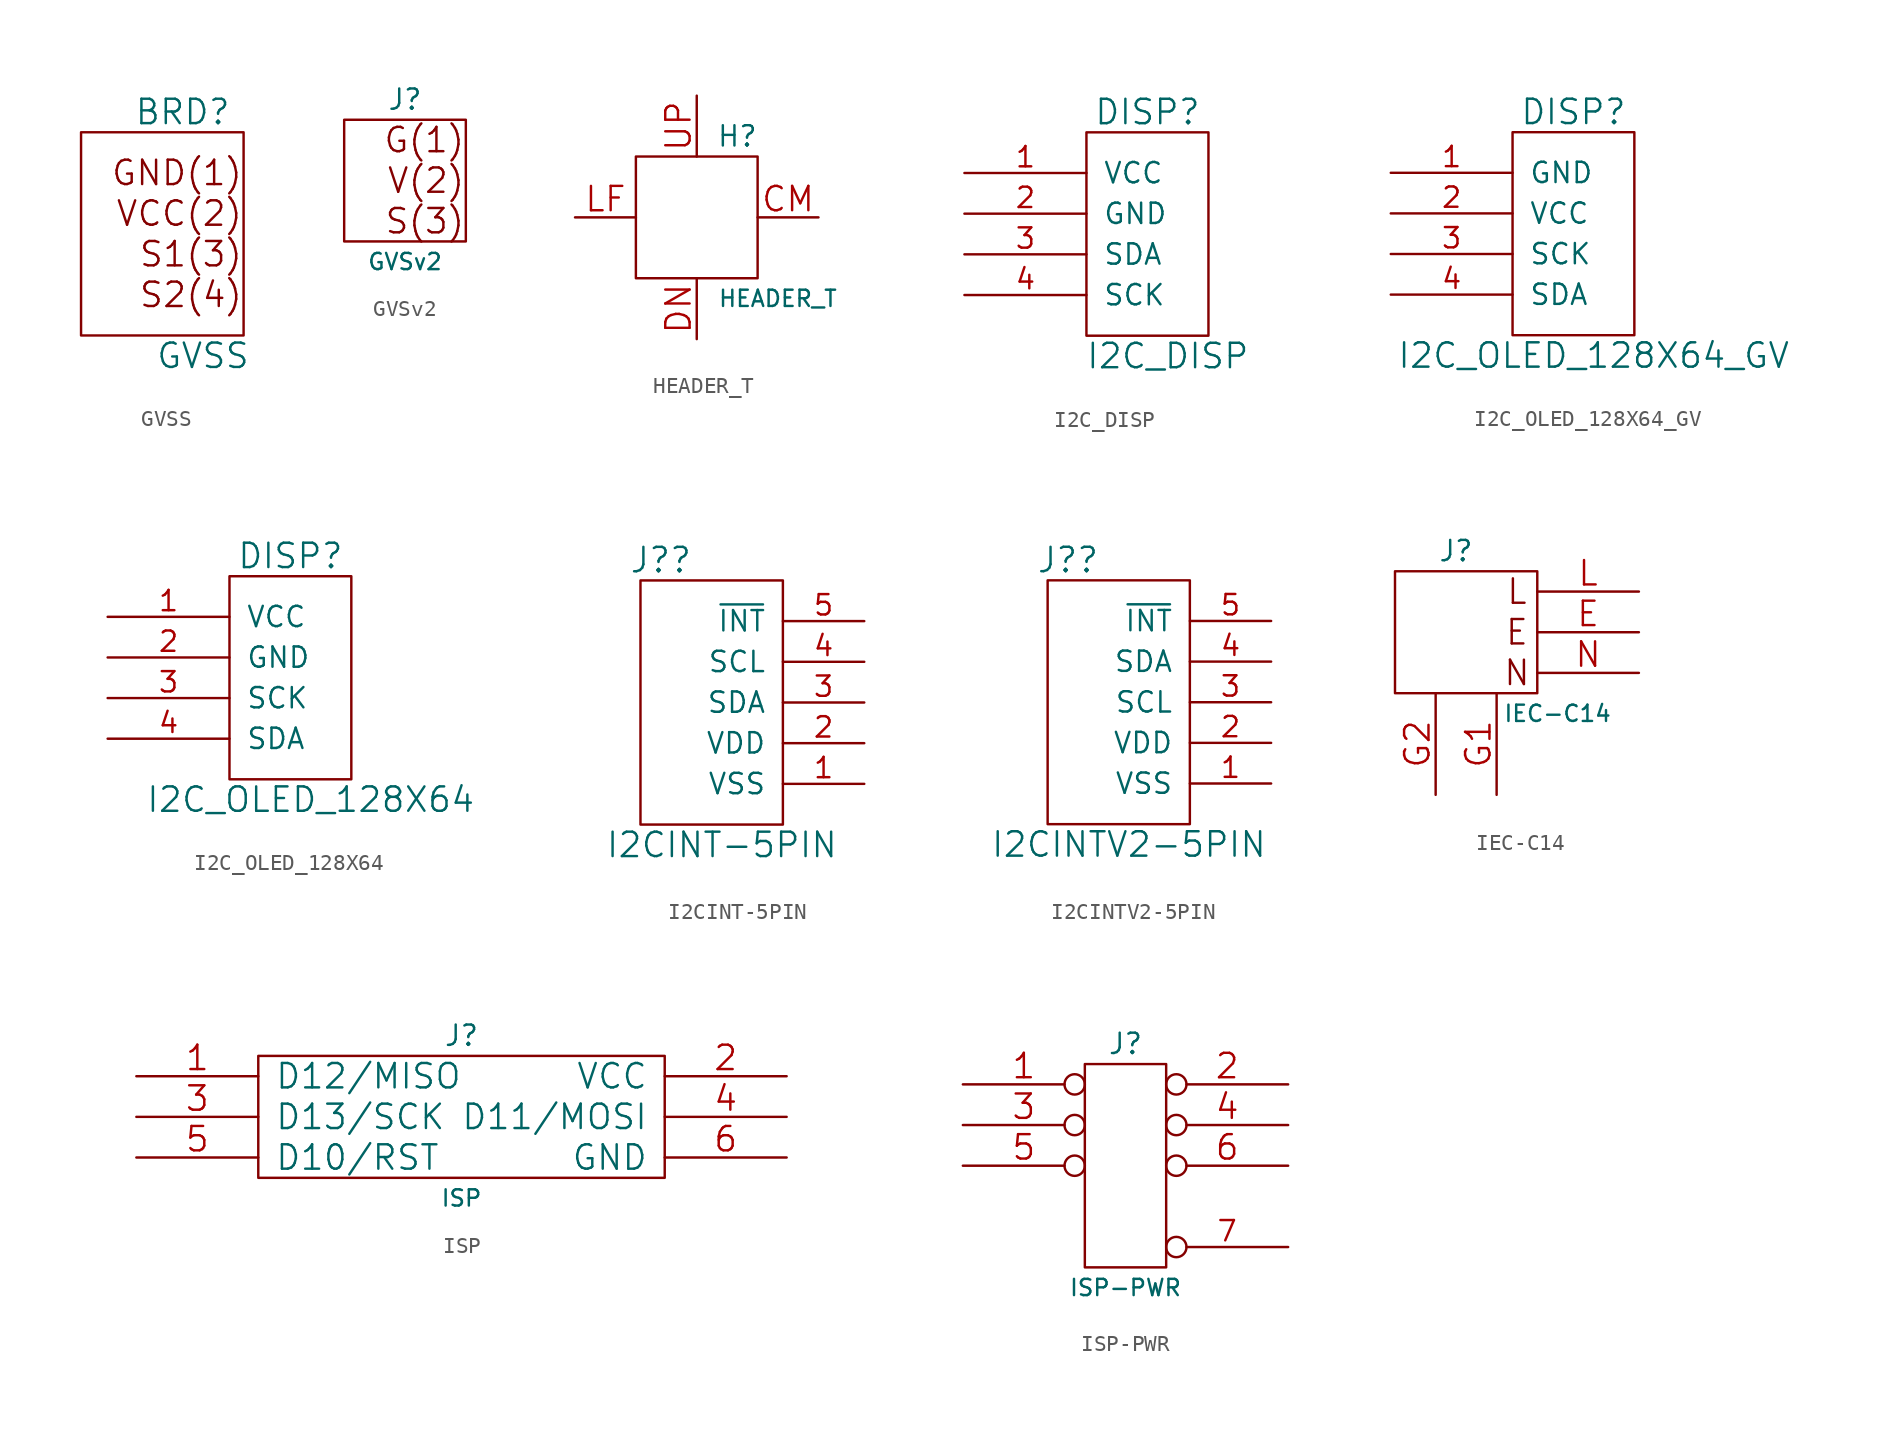
<source format=kicad_sym>
(kicad_symbol_lib
  (version 20211014)
  (generator kicad_symbol_editor)
  (symbol "GVSS"
    (pin_names
      (offset 1.016))
    (property "Reference" "BRD"
      (at 1.27 13.97 0)
      (effects (font (size 1.524 1.524))))
    (property "Value" "GVSS"
      (at 2.54 -1.27 0)
      (effects (font (size 1.524 1.524))))
    (property "Footprint" ""
      (at 0 0 0)
      (effects (font (size 1.524 1.524))))
    (property "Datasheet" ""
      (at 0 0 0)
      (effects (font (size 1.524 1.524))))
    (symbol "GVSS_0_0"
      (rectangle (start -5.08 0) (end 5.08 12.7) (stroke (width 0) (type default) (color 0 0 0 0)) (fill (type none)))
      (text "GND(1)" (at 5.08 10.16 0) (effects (font (size 1.524 1.524)) (justify right)))
      (text "S1(3)" (at 5.08 5.08 0) (effects (font (size 1.524 1.524)) (justify right)))
      (text "S2(4)" (at 5.08 2.54 0) (effects (font (size 1.524 1.524)) (justify right)))
      (text "VCC(2)" (at 5.08 7.62 0) (effects (font (size 1.524 1.524)) (justify right)))))
  (symbol "GVSv2"
    (pin_names
      (offset 1.016) hide)
    (property "Reference" "J"
      (at 0 5.08 0)
      (effects (font (size 1.27 1.27))))
    (property "Value" "GVSv2"
      (at 0 -5.08 0)
      (effects (font (size 1.016 1.016))))
    (property "Footprint" ""
      (at 0 0 0)
      (effects (font (size 1.524 1.524))))
    (property "Datasheet" ""
      (at 0 0 0)
      (effects (font (size 1.524 1.524))))
    (symbol "GVSv2_0_0"
      (text "G(1)" (at 3.81 2.54 0) (effects (font (size 1.524 1.524)) (justify right)))
      (text "S(3)" (at 3.81 -2.54 0) (effects (font (size 1.524 1.524)) (justify right)))
      (text "V(2)" (at 3.81 0 0) (effects (font (size 1.524 1.524)) (justify right))))
    (symbol "GVSv2_0_1"
      (rectangle (start -3.81 3.81) (end 3.81 -3.81) (stroke (width 0) (type default) (color 0 0 0 0)) (fill (type none)))))
  (symbol "HEADER_T"
    (pin_names
      (offset 1.016) hide)
    (property "Reference" "H"
      (at 2.54 5.08 0)
      (effects (font (size 1.27 1.27))))
    (property "Value" "HEADER_T"
      (at 5.08 -5.08 0)
      (effects (font (size 1.016 1.016))))
    (property "Footprint" ""
      (at 0 0 0)
      (effects (font (size 1.524 1.524))))
    (property "Datasheet" ""
      (at 0 0 0)
      (effects (font (size 1.524 1.524))))
    (symbol "HEADER_T_0_1"
      (rectangle (start -3.81 3.81) (end 3.81 -3.81) (stroke (width 0) (type default) (color 0 0 0 0)) (fill (type none))))
    (symbol "HEADER_T_1_1"
      (pin passive line (at 7.62 0 180) (length 3.81) (name "COM" (effects (font (size 1.524 1.524)))) (number "CM" (effects (font (size 1.524 1.524)))))
      (pin passive line (at 0 -7.62 90) (length 3.81) (name "DOWN" (effects (font (size 1.524 1.524)))) (number "DN" (effects (font (size 1.524 1.524)))))
      (pin passive line (at -7.62 0 0) (length 3.81) (name "LEFT" (effects (font (size 1.524 1.524)))) (number "LF" (effects (font (size 1.524 1.524)))))
      (pin passive line (at 0 7.62 270) (length 3.81) (name "UP" (effects (font (size 1.524 1.524)))) (number "UP" (effects (font (size 1.524 1.524)))))))
  (symbol "I2C_DISP"
    (pin_names
      (offset 1.016))
    (property "Reference" "DISP"
      (at 0 13.97 0)
      (effects (font (size 1.524 1.524))))
    (property "Value" "I2C_DISP"
      (at 1.27 -1.27 0)
      (effects (font (size 1.524 1.524))))
    (property "Footprint" ""
      (at 0 0 0)
      (effects (font (size 1.524 1.524))))
    (property "Datasheet" ""
      (at 0 0 0)
      (effects (font (size 1.524 1.524))))
    (symbol "I2C_DISP_0_1"
      (rectangle (start -3.81 0) (end 3.81 12.7) (stroke (width 0) (type default) (color 0 0 0 0)) (fill (type none))))
    (symbol "I2C_DISP_1_1"
      (pin input line (at -11.43 10.16 0) (length 7.62) (name "VCC" (effects (font (size 1.27 1.27)))) (number "1" (effects (font (size 1.27 1.27)))))
      (pin input line (at -11.43 7.62 0) (length 7.62) (name "GND" (effects (font (size 1.27 1.27)))) (number "2" (effects (font (size 1.27 1.27)))))
      (pin input line (at -11.43 5.08 0) (length 7.62) (name "SDA" (effects (font (size 1.27 1.27)))) (number "3" (effects (font (size 1.27 1.27)))))
      (pin input line (at -11.43 2.54 0) (length 7.62) (name "SCK" (effects (font (size 1.27 1.27)))) (number "4" (effects (font (size 1.27 1.27)))))))
  (symbol "I2C_OLED_128X64_GV"
    (pin_names
      (offset 1.016))
    (property "Reference" "DISP"
      (at 0 7.62 0)
      (effects (font (size 1.524 1.524))))
    (property "Value" "I2C_OLED_128X64_GV"
      (at 1.27 -7.62 0)
      (effects (font (size 1.524 1.524))))
    (property "Footprint" ""
      (at 0 -6.35 0)
      (effects (font (size 1.524 1.524))))
    (property "Datasheet" ""
      (at 0 -6.35 0)
      (effects (font (size 1.524 1.524))))
    (symbol "I2C_OLED_128X64_GV_0_1"
      (rectangle (start -3.81 -6.35) (end 3.81 6.35) (stroke (width 0) (type default) (color 0 0 0 0)) (fill (type none))))
    (symbol "I2C_OLED_128X64_GV_1_1"
      (pin power_out line (at -11.43 3.81 0) (length 7.62) (name "GND" (effects (font (size 1.27 1.27)))) (number "1" (effects (font (size 1.27 1.27)))))
      (pin power_out line (at -11.43 1.27 0) (length 7.62) (name "VCC" (effects (font (size 1.27 1.27)))) (number "2" (effects (font (size 1.27 1.27)))))
      (pin input line (at -11.43 -1.27 0) (length 7.62) (name "SCK" (effects (font (size 1.27 1.27)))) (number "3" (effects (font (size 1.27 1.27)))))
      (pin input line (at -11.43 -3.81 0) (length 7.62) (name "SDA" (effects (font (size 1.27 1.27)))) (number "4" (effects (font (size 1.27 1.27)))))))
  (symbol "I2C_OLED_128X64"
    (pin_names
      (offset 1.016))
    (property "Reference" "DISP"
      (at 0 7.62 0)
      (effects (font (size 1.524 1.524))))
    (property "Value" "I2C_OLED_128X64"
      (at 1.27 -7.62 0)
      (effects (font (size 1.524 1.524))))
    (property "Footprint" ""
      (at 0 -6.35 0)
      (effects (font (size 1.524 1.524))))
    (property "Datasheet" ""
      (at 0 -6.35 0)
      (effects (font (size 1.524 1.524))))
    (symbol "I2C_OLED_128X64_0_1"
      (rectangle (start -3.81 -6.35) (end 3.81 6.35) (stroke (width 0) (type default) (color 0 0 0 0)) (fill (type none))))
    (symbol "I2C_OLED_128X64_1_1"
      (pin power_out line (at -11.43 3.81 0) (length 7.62) (name "VCC" (effects (font (size 1.27 1.27)))) (number "1" (effects (font (size 1.27 1.27)))))
      (pin power_out line (at -11.43 1.27 0) (length 7.62) (name "GND" (effects (font (size 1.27 1.27)))) (number "2" (effects (font (size 1.27 1.27)))))
      (pin input line (at -11.43 -1.27 0) (length 7.62) (name "SCK" (effects (font (size 1.27 1.27)))) (number "3" (effects (font (size 1.27 1.27)))))
      (pin input line (at -11.43 -3.81 0) (length 7.62) (name "SDA" (effects (font (size 1.27 1.27)))) (number "4" (effects (font (size 1.27 1.27)))))))
  (symbol "I2CINT-5PIN"
    (pin_names
      (offset 1.016))
    (property "Reference" "J?"
      (at -2.54 7.62 0)
      (effects (font (size 1.524 1.524))))
    (property "Value" "I2CINT-5PIN"
      (at 1.27 -10.16 0)
      (effects (font (size 1.524 1.524))))
    (property "Footprint" ""
      (at 0 -3.81 0)
      (effects (font (size 1.524 1.524))))
    (property "Datasheet" ""
      (at 0 -3.81 0)
      (effects (font (size 1.524 1.524))))
    (symbol "I2CINT-5PIN_0_1"
      (rectangle (start -3.81 -8.89) (end 5.08 6.35) (stroke (width 0) (type default) (color 0 0 0 0)) (fill (type none))))
    (symbol "I2CINT-5PIN_1_1"
      (pin power_in line (at 10.16 -6.35 180) (length 5.08) (name "VSS" (effects (font (size 1.27 1.27)))) (number "1" (effects (font (size 1.27 1.27)))))
      (pin power_in line (at 10.16 -3.81 180) (length 5.08) (name "VDD" (effects (font (size 1.27 1.27)))) (number "2" (effects (font (size 1.27 1.27)))))
      (pin input line (at 10.16 -1.27 180) (length 5.08) (name "SDA" (effects (font (size 1.27 1.27)))) (number "3" (effects (font (size 1.27 1.27)))))
      (pin input line (at 10.16 1.27 180) (length 5.08) (name "SCL" (effects (font (size 1.27 1.27)))) (number "4" (effects (font (size 1.27 1.27)))))
      (pin bidirectional line (at 10.16 3.81 180) (length 5.08) (name "~{INT}" (effects (font (size 1.27 1.27)))) (number "5" (effects (font (size 1.27 1.27)))))))
  (symbol "I2CINTV2-5PIN"
    (pin_names
      (offset 1.016))
    (property "Reference" "J?"
      (at -2.54 7.62 0)
      (effects (font (size 1.524 1.524))))
    (property "Value" "I2CINTV2-5PIN"
      (at 1.27 -10.16 0)
      (effects (font (size 1.524 1.524))))
    (property "Footprint" ""
      (at 0 -3.81 0)
      (effects (font (size 1.524 1.524))))
    (property "Datasheet" ""
      (at 0 -3.81 0)
      (effects (font (size 1.524 1.524))))
    (symbol "I2CINTV2-5PIN_0_1"
      (rectangle (start -3.81 -8.89) (end 5.08 6.35) (stroke (width 0) (type default) (color 0 0 0 0)) (fill (type none))))
    (symbol "I2CINTV2-5PIN_1_1"
      (pin power_in line (at 10.16 -6.35 180) (length 5.08) (name "VSS" (effects (font (size 1.27 1.27)))) (number "1" (effects (font (size 1.27 1.27)))))
      (pin power_in line (at 10.16 -3.81 180) (length 5.08) (name "VDD" (effects (font (size 1.27 1.27)))) (number "2" (effects (font (size 1.27 1.27)))))
      (pin input line (at 10.16 -1.27 180) (length 5.08) (name "SCL" (effects (font (size 1.27 1.27)))) (number "3" (effects (font (size 1.27 1.27)))))
      (pin input line (at 10.16 1.27 180) (length 5.08) (name "SDA" (effects (font (size 1.27 1.27)))) (number "4" (effects (font (size 1.27 1.27)))))
      (pin bidirectional line (at 10.16 3.81 180) (length 5.08) (name "~{INT}" (effects (font (size 1.27 1.27)))) (number "5" (effects (font (size 1.27 1.27)))))))
  (symbol "IEC-C14"
    (pin_names
      (offset 1.016) hide)
    (property "Reference" "J"
      (at -2.54 5.08 0)
      (effects (font (size 1.27 1.27))))
    (property "Value" "IEC-C14"
      (at 3.81 -5.08 0)
      (effects (font (size 1.016 1.016))))
    (property "Footprint" ""
      (at 0 0 0)
      (effects (font (size 1.524 1.524))))
    (property "Datasheet" ""
      (at 0 0 0)
      (effects (font (size 1.524 1.524))))
    (symbol "IEC-C14_0_0"
      (text "E" (at 1.27 0 0) (effects (font (size 1.524 1.524))))
      (text "L" (at 1.27 2.54 0) (effects (font (size 1.524 1.524))))
      (text "N" (at 1.27 -2.54 0) (effects (font (size 1.524 1.524)))))
    (symbol "IEC-C14_0_1"
      (rectangle (start 2.54 3.81) (end -6.35 -3.81) (stroke (width 0) (type default) (color 0 0 0 0)) (fill (type none))))
    (symbol "IEC-C14_1_1"
      (pin passive line (at 8.89 0 180) (length 6.35) (name "E" (effects (font (size 1.524 1.524)))) (number "E" (effects (font (size 1.524 1.524)))))
      (pin passive line (at 0 -10.16 90) (length 6.35) (name "G1" (effects (font (size 1.524 1.524)))) (number "G1" (effects (font (size 1.524 1.524)))))
      (pin passive line (at -3.81 -10.16 90) (length 6.35) (name "G2" (effects (font (size 1.524 1.524)))) (number "G2" (effects (font (size 1.524 1.524)))))
      (pin passive line (at 8.89 2.54 180) (length 6.35) (name "L" (effects (font (size 1.524 1.524)))) (number "L" (effects (font (size 1.524 1.524)))))
      (pin passive line (at 8.89 -2.54 180) (length 6.35) (name "N" (effects (font (size 1.524 1.524)))) (number "N" (effects (font (size 1.524 1.524)))))))
  (symbol "ISP"
    (pin_names
      (offset 1.016))
    (property "Reference" "J"
      (at 0 5.08 0)
      (effects (font (size 1.27 1.27))))
    (property "Value" "ISP"
      (at 0 -5.08 0)
      (effects (font (size 1.016 1.016))))
    (property "Footprint" ""
      (at -1.27 -1.27 0)
      (effects (font (size 1.524 1.524))))
    (property "Datasheet" ""
      (at -1.27 -1.27 0)
      (effects (font (size 1.524 1.524))))
    (symbol "ISP_0_1"
      (rectangle (start -12.7 3.81) (end 12.7 -3.81) (stroke (width 0) (type default) (color 0 0 0 0)) (fill (type none))))
    (symbol "ISP_1_1"
      (pin passive line (at -20.32 2.54 0) (length 7.62) (name "D12/MISO" (effects (font (size 1.524 1.524)))) (number "1" (effects (font (size 1.524 1.524)))))
      (pin power_in line (at 20.32 2.54 180) (length 7.62) (name "VCC" (effects (font (size 1.524 1.524)))) (number "2" (effects (font (size 1.524 1.524)))))
      (pin passive line (at -20.32 0 0) (length 7.62) (name "D13/SCK" (effects (font (size 1.524 1.524)))) (number "3" (effects (font (size 1.524 1.524)))))
      (pin passive line (at 20.32 0 180) (length 7.62) (name "D11/MOSI" (effects (font (size 1.524 1.524)))) (number "4" (effects (font (size 1.524 1.524)))))
      (pin passive line (at -20.32 -2.54 0) (length 7.62) (name "D10/RST" (effects (font (size 1.524 1.524)))) (number "5" (effects (font (size 1.524 1.524)))))
      (pin power_in line (at 20.32 -2.54 180) (length 7.62) (name "GND" (effects (font (size 1.524 1.524)))) (number "6" (effects (font (size 1.524 1.524)))))))
  (symbol "ISP-PWR"
    (pin_names
      (offset 1.016) hide)
    (property "Reference" "J"
      (at 0 6.35 0)
      (effects (font (size 1.27 1.27))))
    (property "Value" "ISP-PWR"
      (at 0 -8.89 0)
      (effects (font (size 1.016 1.016))))
    (property "Footprint" ""
      (at 0 0 0)
      (effects (font (size 1.524 1.524))))
    (property "Datasheet" ""
      (at 0 0 0)
      (effects (font (size 1.524 1.524))))
    (symbol "ISP-PWR_0_1"
      (rectangle (start -2.54 5.08) (end 2.54 -7.62) (stroke (width 0) (type default) (color 0 0 0 0)) (fill (type none))))
    (symbol "ISP-PWR_1_1"
      (pin passive inverted (at -10.16 3.81 0) (length 7.62) (name "1" (effects (font (size 1.524 1.524)))) (number "1" (effects (font (size 1.524 1.524)))))
      (pin passive inverted (at 10.16 3.81 180) (length 7.62) (name "2" (effects (font (size 1.524 1.524)))) (number "2" (effects (font (size 1.524 1.524)))))
      (pin passive inverted (at -10.16 1.27 0) (length 7.62) (name "3" (effects (font (size 1.524 1.524)))) (number "3" (effects (font (size 1.524 1.524)))))
      (pin passive inverted (at 10.16 1.27 180) (length 7.62) (name "4" (effects (font (size 1.524 1.524)))) (number "4" (effects (font (size 1.524 1.524)))))
      (pin passive inverted (at -10.16 -1.27 0) (length 7.62) (name "5" (effects (font (size 1.524 1.524)))) (number "5" (effects (font (size 1.524 1.524)))))
      (pin passive inverted (at 10.16 -1.27 180) (length 7.62) (name "6" (effects (font (size 1.524 1.524)))) (number "6" (effects (font (size 1.524 1.524)))))
      (pin input inverted (at 10.16 -6.35 180) (length 7.62) (name "PWR" (effects (font (size 1.27 1.27)))) (number "7" (effects (font (size 1.27 1.27))))))))
</source>
